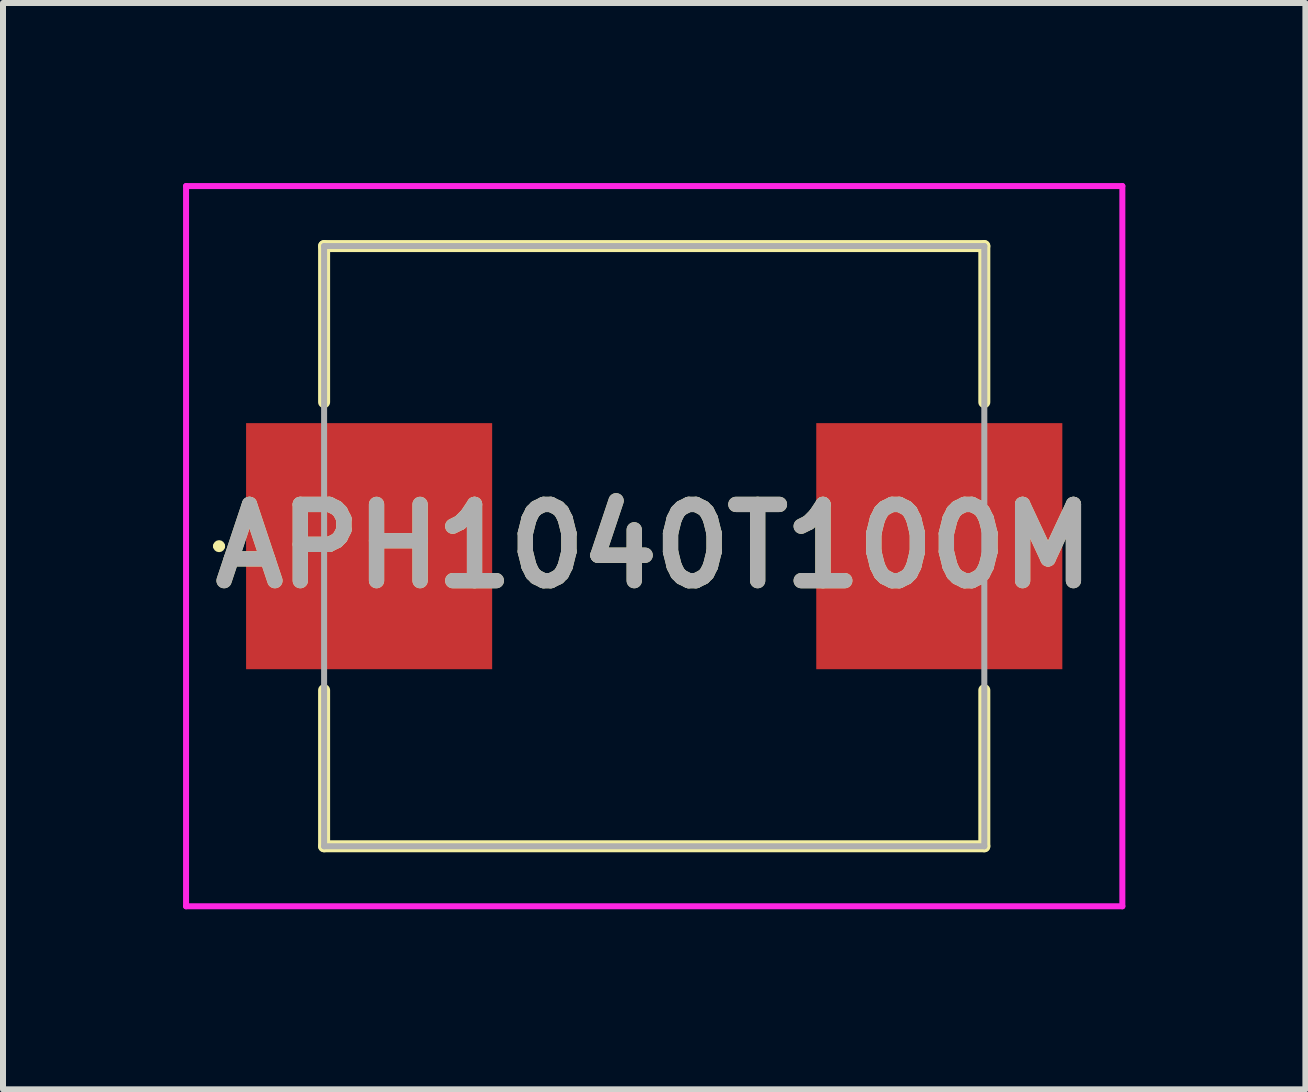
<source format=kicad_pcb>
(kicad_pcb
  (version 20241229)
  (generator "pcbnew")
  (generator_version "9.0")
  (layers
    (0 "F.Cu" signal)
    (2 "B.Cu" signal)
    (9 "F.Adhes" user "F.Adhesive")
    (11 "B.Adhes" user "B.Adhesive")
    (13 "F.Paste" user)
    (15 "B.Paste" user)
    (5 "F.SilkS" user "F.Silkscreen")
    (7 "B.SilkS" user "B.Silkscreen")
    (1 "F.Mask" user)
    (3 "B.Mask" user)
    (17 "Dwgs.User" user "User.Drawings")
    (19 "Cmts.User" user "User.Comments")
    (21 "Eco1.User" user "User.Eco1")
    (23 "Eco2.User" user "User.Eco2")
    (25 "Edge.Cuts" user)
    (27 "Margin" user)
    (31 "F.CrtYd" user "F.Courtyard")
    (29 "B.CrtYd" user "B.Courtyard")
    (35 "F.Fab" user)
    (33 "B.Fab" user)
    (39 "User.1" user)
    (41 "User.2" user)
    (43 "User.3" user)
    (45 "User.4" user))
  (footprint "APH1040T100M"
    (layer "F.Cu")
    (at 7.85 6.05)
    (property "Reference" "APH1040T100M" (at 0 0 0) (layer "F.SilkS") (effects (font (size 1.27 1.27) (thickness 0.254))))
    (attr smd)
    (fp_line (start -7.3 0) (end -7.3 0) (stroke (width 0.1) (type solid)) (layer "F.SilkS"))
    (fp_line (start -7.2 0) (end -7.2 0) (stroke (width 0.1) (type solid)) (layer "F.SilkS"))
    (fp_line (start -5.5 -5) (end 5.5 -5) (stroke (width 0.2) (type solid)) (layer "F.SilkS"))
    (fp_line (start -5.5 -2.4) (end -5.5 -5) (stroke (width 0.2) (type solid)) (layer "F.SilkS"))
    (fp_line (start -5.5 2.4) (end -5.5 5) (stroke (width 0.2) (type solid)) (layer "F.SilkS"))
    (fp_line (start -5.5 5) (end 5.5 5) (stroke (width 0.2) (type solid)) (layer "F.SilkS"))
    (fp_line (start 5.5 -5) (end 5.5 -2.4) (stroke (width 0.2) (type solid)) (layer "F.SilkS"))
    (fp_line (start 5.5 5) (end 5.5 2.4) (stroke (width 0.2) (type solid)) (layer "F.SilkS"))
    (fp_arc (start -7.3 0) (mid -7.25 -0.05) (end -7.2 0) (stroke (width 0.1) (type solid)) (layer "F.SilkS"))
    (fp_arc (start -7.2 0) (mid -7.25 0.05) (end -7.3 0) (stroke (width 0.1) (type solid)) (layer "F.SilkS"))
    (fp_line (start -7.8 -6) (end 7.8 -6) (stroke (width 0.1) (type solid)) (layer "F.CrtYd"))
    (fp_line (start -7.8 6) (end -7.8 -6) (stroke (width 0.1) (type solid)) (layer "F.CrtYd"))
    (fp_line (start 7.8 -6) (end 7.8 6) (stroke (width 0.1) (type solid)) (layer "F.CrtYd"))
    (fp_line (start 7.8 6) (end -7.8 6) (stroke (width 0.1) (type solid)) (layer "F.CrtYd"))
    (fp_line (start -5.5 -5) (end 5.5 -5) (stroke (width 0.1) (type solid)) (layer "F.Fab"))
    (fp_line (start -5.5 5) (end -5.5 -5) (stroke (width 0.1) (type solid)) (layer "F.Fab"))
    (fp_line (start 5.5 -5) (end 5.5 5) (stroke (width 0.1) (type solid)) (layer "F.Fab"))
    (fp_line (start 5.5 5) (end -5.5 5) (stroke (width 0.1) (type solid)) (layer "F.Fab"))
    (fp_text user "${REFERENCE}" (at 0 0 0) (layer "F.Fab") (effects (font (size 1.27 1.27) (thickness 0.254))))
    (pad "1" smd rect (at -4.75 0) (size 4.1 4.1) (layers "F.Cu" "F.Mask" "F.Paste"))
    (pad "2" smd rect (at 4.75 0) (size 4.1 4.1) (layers "F.Cu" "F.Mask" "F.Paste")))
  (gr_rect
    (start -3 -3)
    (end 18.7 15.1)
    (stroke (width 0.1) (type default))
    (fill no)
    (layer "Edge.Cuts")))
</source>
